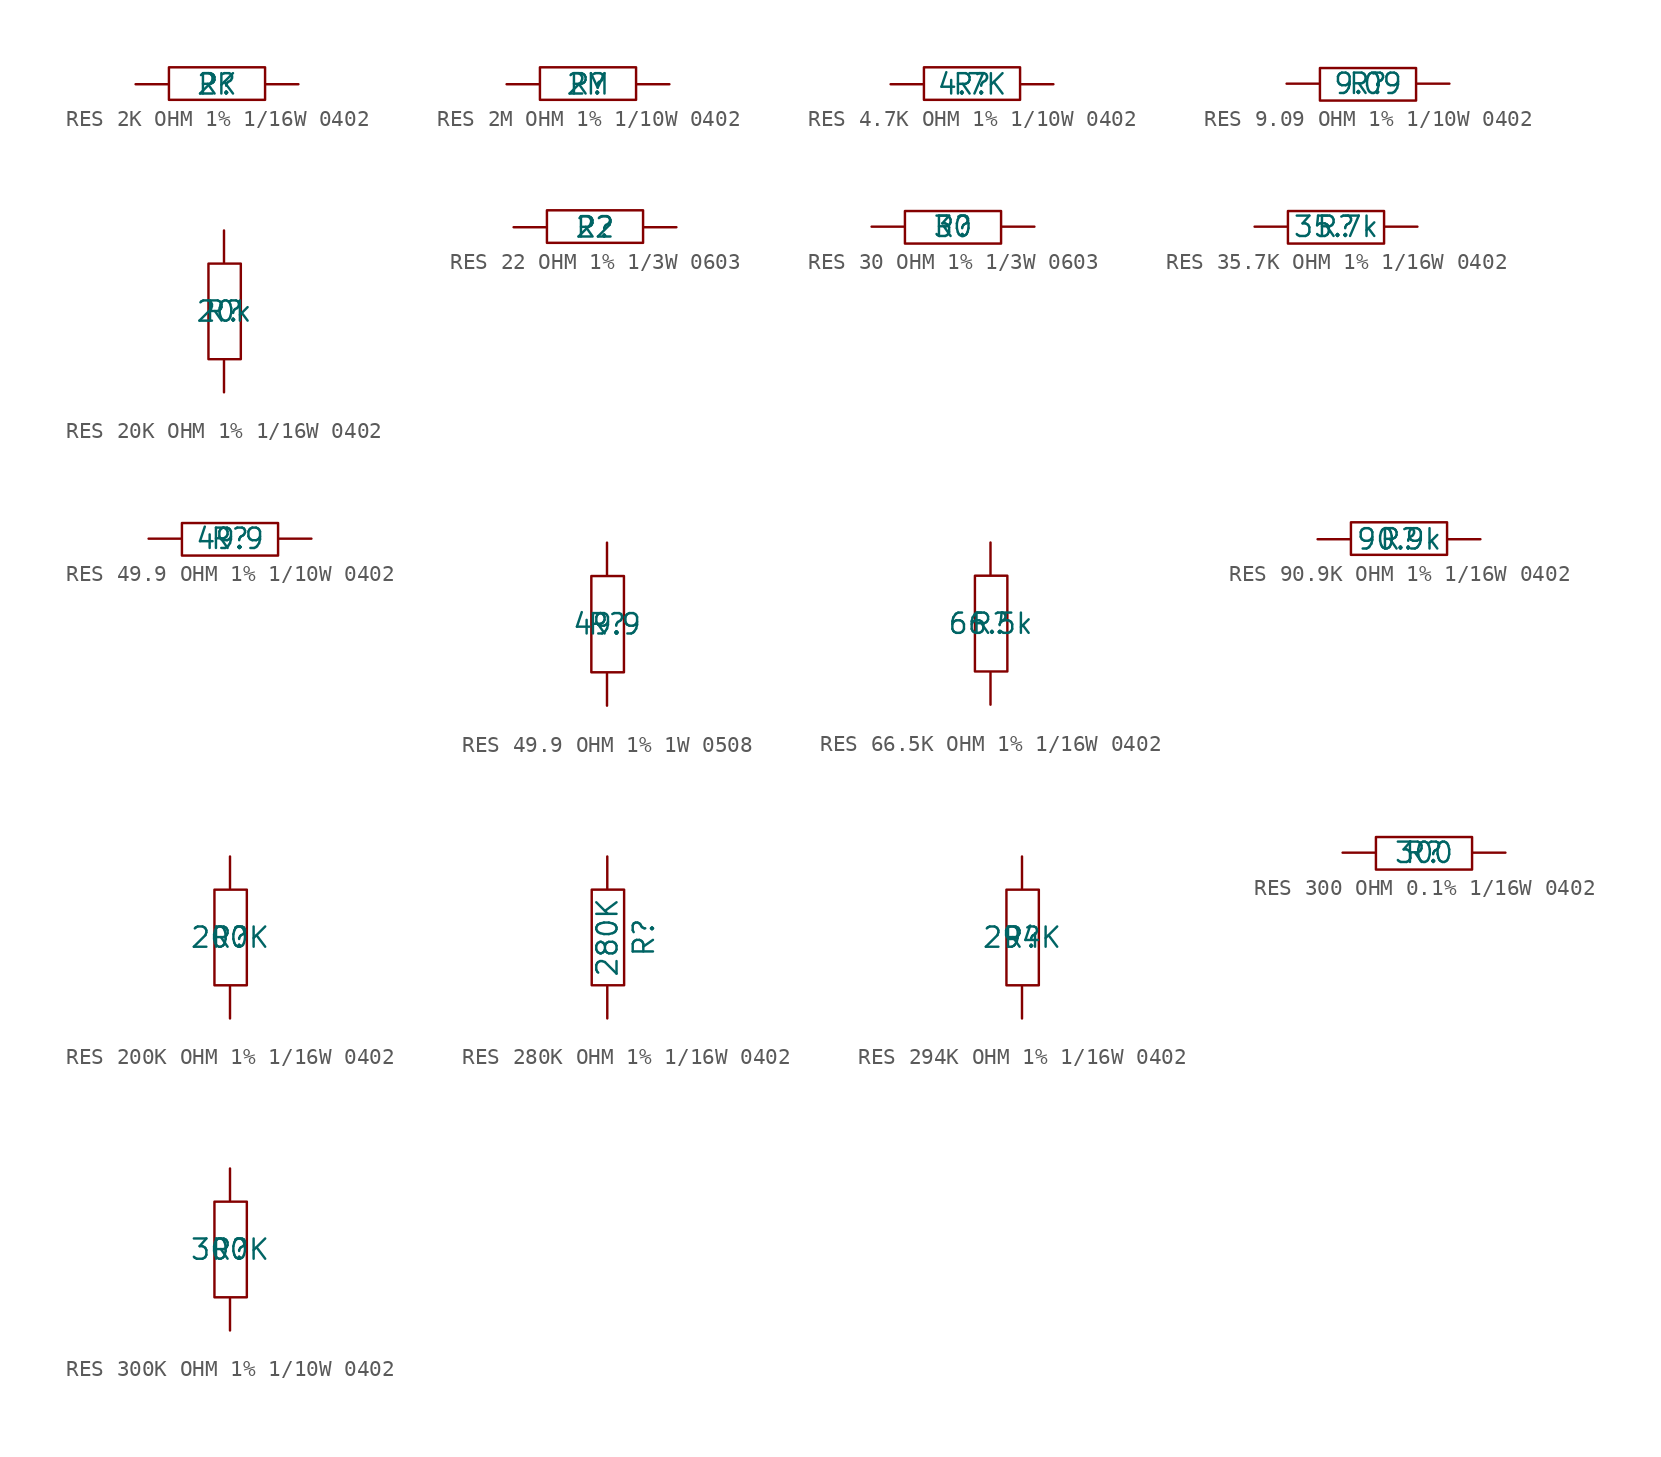
<source format=kicad_sym>
(kicad_symbol_lib
  (version 20241209)
  (generator "kicad_symbol_editor")
  (generator_version "9.0")
  (symbol "RES 2K OHM 1% 1/16W 0402"
    (pin_numbers
      (hide yes))
    (pin_names
      (hide yes))
    (property "Reference" "R"
      (at 0 0 0)
      (effects (font (size 1.27 1.27))))
    (property "Value" "2K"
      (at 0 0 0)
      (effects (font (size 1.27 1.27))))
    (symbol "RES 2K OHM 1% 1/16W 0402_1_0"
      (rectangle (start 3 1.056) (end -3 -0.976) (stroke (width 0) (type solid)) (fill (type none)))
      (pin passive line (at -5.08 0 0) (length 2) (name "2" (effects (font (size 1.27 1.27)))) (number "2" (effects (font (size 1.27 1.27)))))
      (pin passive line (at 5.08 0 180) (length 2) (name "1" (effects (font (size 1.27 1.27)))) (number "1" (effects (font (size 1.27 1.27)))))))
  (symbol "RES 2M OHM 1% 1/10W 0402"
    (pin_numbers
      (hide yes))
    (pin_names
      (hide yes))
    (property "Reference" "R"
      (at 0 0 0)
      (effects (font (size 1.27 1.27))))
    (property "Value" "2M"
      (at 0 0 0)
      (effects (font (size 1.27 1.27))))
    (symbol "RES 2M OHM 1% 1/10W 0402_1_0"
      (rectangle (start 3 1.056) (end -3 -0.976) (stroke (width 0) (type solid)) (fill (type none)))
      (pin passive line (at -5.08 0 0) (length 2) (name "2" (effects (font (size 1.27 1.27)))) (number "2" (effects (font (size 1.27 1.27)))))
      (pin passive line (at 5.08 0 180) (length 2) (name "1" (effects (font (size 1.27 1.27)))) (number "1" (effects (font (size 1.27 1.27)))))))
  (symbol "RES 4.7K OHM 1% 1/10W 0402"
    (pin_numbers
      (hide yes))
    (pin_names
      (hide yes))
    (property "Reference" "R"
      (at 0 0 0)
      (effects (font (size 1.27 1.27))))
    (property "Value" "4.7K"
      (at 0 0 0)
      (effects (font (size 1.27 1.27))))
    (symbol "RES 4.7K OHM 1% 1/10W 0402_1_0"
      (rectangle (start 3 1.056) (end -3 -0.976) (stroke (width 0) (type solid)) (fill (type none)))
      (pin passive line (at -5.08 0 0) (length 2) (name "1" (effects (font (size 1.27 1.27)))) (number "1" (effects (font (size 1.27 1.27)))))
      (pin passive line (at 5.08 0 180) (length 2) (name "2" (effects (font (size 1.27 1.27)))) (number "2" (effects (font (size 1.27 1.27)))))))
  (symbol "RES 9.09 OHM 1% 1/10W 0402"
    (pin_numbers
      (hide yes))
    (pin_names
      (hide yes))
    (property "Reference" "R"
      (at 0 0 0)
      (effects (font (size 1.27 1.27))))
    (property "Value" "9.09"
      (at 0 0 0)
      (effects (font (size 1.27 1.27))))
    (symbol "RES 9.09 OHM 1% 1/10W 0402_1_0"
      (rectangle (start 3 0.976) (end -3 -1.056) (stroke (width 0) (type solid)) (fill (type none)))
      (pin passive line (at -5.08 0 0) (length 2) (name "1" (effects (font (size 1.27 1.27)))) (number "1" (effects (font (size 1.27 1.27)))))
      (pin passive line (at 5.08 0 180) (length 2) (name "2" (effects (font (size 1.27 1.27)))) (number "2" (effects (font (size 1.27 1.27)))))))
  (symbol "RES 20K OHM 1% 1/16W 0402"
    (pin_numbers
      (hide yes))
    (pin_names
      (hide yes))
    (property "Reference" "R"
      (at 0 0 0)
      (effects (font (size 1.27 1.27))))
    (property "Value" "20k"
      (at 0 0 0)
      (effects (font (size 1.27 1.27))))
    (symbol "RES 20K OHM 1% 1/16W 0402_1_0"
      (rectangle (start 1.056 3) (end -0.976 -3) (stroke (width 0) (type solid)) (fill (type none)))
      (pin passive line (at 0 5.08 270) (length 2) (name "2" (effects (font (size 1.27 1.27)))) (number "2" (effects (font (size 1.27 1.27)))))
      (pin passive line (at 0 -5.08 90) (length 2) (name "1" (effects (font (size 1.27 1.27)))) (number "1" (effects (font (size 1.27 1.27)))))))
  (symbol "RES 22 OHM 1% 1/3W 0603"
    (pin_numbers
      (hide yes))
    (pin_names
      (hide yes))
    (property "Reference" "R"
      (at 0 0 0)
      (effects (font (size 1.27 1.27))))
    (property "Value" "22"
      (at 0 0 0)
      (effects (font (size 1.27 1.27))))
    (symbol "RES 22 OHM 1% 1/3W 0603_1_0"
      (rectangle (start 3 1.056) (end -3 -0.976) (stroke (width 0) (type solid)) (fill (type none)))
      (pin passive line (at -5.08 0 0) (length 2) (name "2" (effects (font (size 1.27 1.27)))) (number "2" (effects (font (size 1.27 1.27)))))
      (pin passive line (at 5.08 0 180) (length 2) (name "1" (effects (font (size 1.27 1.27)))) (number "1" (effects (font (size 1.27 1.27)))))))
  (symbol "RES 30 OHM 1% 1/3W 0603"
    (pin_numbers
      (hide yes))
    (pin_names
      (hide yes))
    (property "Reference" "R"
      (at 0 0 0)
      (effects (font (size 1.27 1.27))))
    (property "Value" "30"
      (at 0 0 0)
      (effects (font (size 1.27 1.27))))
    (symbol "RES 30 OHM 1% 1/3W 0603_1_0"
      (rectangle (start 3 0.976) (end -3 -1.056) (stroke (width 0) (type solid)) (fill (type none)))
      (pin passive line (at -5.08 0 0) (length 2) (name "1" (effects (font (size 1.27 1.27)))) (number "1" (effects (font (size 1.27 1.27)))))
      (pin passive line (at 5.08 0 180) (length 2) (name "2" (effects (font (size 1.27 1.27)))) (number "2" (effects (font (size 1.27 1.27)))))))
  (symbol "RES 35.7K OHM 1% 1/16W 0402"
    (pin_numbers
      (hide yes))
    (pin_names
      (hide yes))
    (property "Reference" "R"
      (at 0 0 0)
      (effects (font (size 1.27 1.27))))
    (property "Value" "35.7k"
      (at 0 0 0)
      (effects (font (size 1.27 1.27))))
    (symbol "RES 35.7K OHM 1% 1/16W 0402_1_0"
      (rectangle (start 3 0.976) (end -3 -1.056) (stroke (width 0) (type solid)) (fill (type none)))
      (pin passive line (at -5.08 0 0) (length 2) (name "1" (effects (font (size 1.27 1.27)))) (number "1" (effects (font (size 1.27 1.27)))))
      (pin passive line (at 5.08 0 180) (length 2) (name "2" (effects (font (size 1.27 1.27)))) (number "2" (effects (font (size 1.27 1.27)))))))
  (symbol "RES 49.9 OHM 1% 1/10W 0402"
    (pin_numbers
      (hide yes))
    (pin_names
      (hide yes))
    (property "Reference" "R"
      (at 0 0 0)
      (effects (font (size 1.27 1.27))))
    (property "Value" "49.9"
      (at 0 0 0)
      (effects (font (size 1.27 1.27))))
    (symbol "RES 49.9 OHM 1% 1/10W 0402_1_0"
      (rectangle (start 3 0.976) (end -3 -1.056) (stroke (width 0) (type solid)) (fill (type none)))
      (pin passive line (at -5.08 0 0) (length 2) (name "1" (effects (font (size 1.27 1.27)))) (number "1" (effects (font (size 1.27 1.27)))))
      (pin passive line (at 5.08 0 180) (length 2) (name "2" (effects (font (size 1.27 1.27)))) (number "2" (effects (font (size 1.27 1.27)))))))
  (symbol "RES 49.9 OHM 1% 1W 0508"
    (pin_numbers
      (hide yes))
    (pin_names
      (hide yes))
    (property "Reference" "R"
      (at 0 0 0)
      (effects (font (size 1.27 1.27))))
    (property "Value" "49.9"
      (at 0 0 0)
      (effects (font (size 1.27 1.27))))
    (symbol "RES 49.9 OHM 1% 1W 0508_1_0"
      (rectangle (start 1.056 3) (end -0.976 -3) (stroke (width 0) (type solid)) (fill (type none)))
      (pin passive line (at 0 5.08 270) (length 2) (name "2" (effects (font (size 1.27 1.27)))) (number "2" (effects (font (size 1.27 1.27)))))
      (pin passive line (at 0 -5.08 90) (length 2) (name "1" (effects (font (size 1.27 1.27)))) (number "1" (effects (font (size 1.27 1.27)))))))
  (symbol "RES 66.5K OHM 1% 1/16W 0402"
    (pin_numbers
      (hide yes))
    (pin_names
      (hide yes))
    (property "Reference" "R"
      (at 0 0 0)
      (effects (font (size 1.27 1.27))))
    (property "Value" "66.5k"
      (at 0 0 0)
      (effects (font (size 1.27 1.27))))
    (symbol "RES 66.5K OHM 1% 1/16W 0402_1_0"
      (rectangle (start 1.056 3) (end -0.976 -3) (stroke (width 0) (type solid)) (fill (type none)))
      (pin passive line (at 0 5.08 270) (length 2) (name "2" (effects (font (size 1.27 1.27)))) (number "2" (effects (font (size 1.27 1.27)))))
      (pin passive line (at 0 -5.08 90) (length 2) (name "1" (effects (font (size 1.27 1.27)))) (number "1" (effects (font (size 1.27 1.27)))))))
  (symbol "RES 90.9K OHM 1% 1/16W 0402"
    (pin_numbers
      (hide yes))
    (pin_names
      (hide yes))
    (property "Reference" "R"
      (at 0 0 0)
      (effects (font (size 1.27 1.27))))
    (property "Value" "90.9k"
      (at 0 0 0)
      (effects (font (size 1.27 1.27))))
    (symbol "RES 90.9K OHM 1% 1/16W 0402_1_0"
      (rectangle (start 3 1.056) (end -3 -0.976) (stroke (width 0) (type solid)) (fill (type none)))
      (pin passive line (at -5.08 0 0) (length 2) (name "2" (effects (font (size 1.27 1.27)))) (number "2" (effects (font (size 1.27 1.27)))))
      (pin passive line (at 5.08 0 180) (length 2) (name "1" (effects (font (size 1.27 1.27)))) (number "1" (effects (font (size 1.27 1.27)))))))
  (symbol "RES 200K OHM 1% 1/16W 0402"
    (pin_numbers
      (hide yes))
    (pin_names
      (hide yes))
    (property "Reference" "R"
      (at 0 0 0)
      (effects (font (size 1.27 1.27))))
    (property "Value" "200K"
      (at 0 0 0)
      (effects (font (size 1.27 1.27))))
    (symbol "RES 200K OHM 1% 1/16W 0402_1_0"
      (rectangle (start 1.056 3) (end -0.976 -3) (stroke (width 0) (type solid)) (fill (type none)))
      (pin passive line (at 0 5.08 270) (length 2) (name "2" (effects (font (size 1.27 1.27)))) (number "2" (effects (font (size 1.27 1.27)))))
      (pin passive line (at 0 -5.08 90) (length 2) (name "1" (effects (font (size 1.27 1.27)))) (number "1" (effects (font (size 1.27 1.27)))))))
  (symbol "RES 280K OHM 1% 1/16W 0402"
    (pin_numbers
      (hide yes))
    (pin_names
      (hide yes))
    (property "Reference" "R"
      (at 2.286 0 90)
      (effects (font (size 1.27 1.27))))
    (property "Value" "280K"
      (at 0 0 90)
      (effects (font (size 1.27 1.27))))
    (symbol "RES 280K OHM 1% 1/16W 0402_1_0"
      (rectangle (start -0.976 3) (end 1.056 -3) (stroke (width 0) (type solid)) (fill (type none)))
      (pin passive line (at 0 5.08 270) (length 2) (name "2" (effects (font (size 1.27 1.27)))) (number "2" (effects (font (size 1.27 1.27)))))
      (pin passive line (at 0 -5.08 90) (length 2) (name "1" (effects (font (size 1.27 1.27)))) (number "1" (effects (font (size 1.27 1.27)))))))
  (symbol "RES 294K OHM 1% 1/16W 0402"
    (pin_numbers
      (hide yes))
    (pin_names
      (hide yes))
    (property "Reference" "R"
      (at 0 0 0)
      (effects (font (size 1.27 1.27))))
    (property "Value" "294K"
      (at 0 0 0)
      (effects (font (size 1.27 1.27))))
    (symbol "RES 294K OHM 1% 1/16W 0402_1_0"
      (rectangle (start 1.056 3) (end -0.976 -3) (stroke (width 0) (type solid)) (fill (type none)))
      (pin passive line (at 0 5.08 270) (length 2) (name "2" (effects (font (size 1.27 1.27)))) (number "2" (effects (font (size 1.27 1.27)))))
      (pin passive line (at 0 -5.08 90) (length 2) (name "1" (effects (font (size 1.27 1.27)))) (number "1" (effects (font (size 1.27 1.27)))))))
  (symbol "RES 300 OHM 0.1% 1/16W 0402"
    (pin_numbers
      (hide yes))
    (pin_names
      (hide yes))
    (property "Reference" "R"
      (at 0 0 0)
      (effects (font (size 1.27 1.27))))
    (property "Value" "300"
      (at 0 0 0)
      (effects (font (size 1.27 1.27))))
    (symbol "RES 300 OHM 0.1% 1/16W 0402_1_0"
      (rectangle (start 3 0.976) (end -3 -1.056) (stroke (width 0) (type solid)) (fill (type none)))
      (pin passive line (at -5.08 0 0) (length 2) (name "1" (effects (font (size 1.27 1.27)))) (number "1" (effects (font (size 1.27 1.27)))))
      (pin passive line (at 5.08 0 180) (length 2) (name "2" (effects (font (size 1.27 1.27)))) (number "2" (effects (font (size 1.27 1.27)))))))
  (symbol "RES 300K OHM 1% 1/10W 0402"
    (pin_numbers
      (hide yes))
    (pin_names
      (hide yes))
    (property "Reference" "R"
      (at 0 0 0)
      (effects (font (size 1.27 1.27))))
    (property "Value" "300K"
      (at 0 0 0)
      (effects (font (size 1.27 1.27))))
    (symbol "RES 300K OHM 1% 1/10W 0402_1_0"
      (rectangle (start 1.056 3) (end -0.976 -3) (stroke (width 0) (type solid)) (fill (type none)))
      (pin passive line (at 0 5.08 270) (length 2) (name "2" (effects (font (size 1.27 1.27)))) (number "2" (effects (font (size 1.27 1.27)))))
      (pin passive line (at 0 -5.08 90) (length 2) (name "1" (effects (font (size 1.27 1.27)))) (number "1" (effects (font (size 1.27 1.27))))))))
</source>
